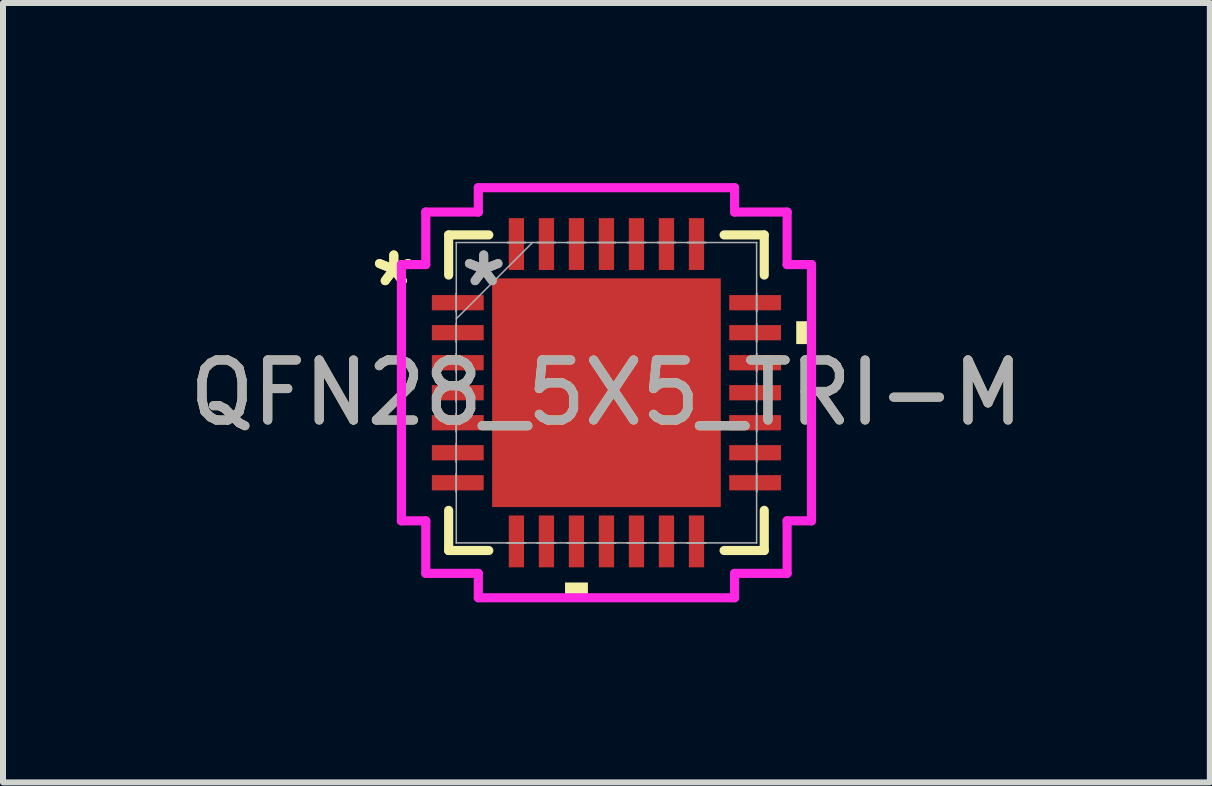
<source format=kicad_pcb>
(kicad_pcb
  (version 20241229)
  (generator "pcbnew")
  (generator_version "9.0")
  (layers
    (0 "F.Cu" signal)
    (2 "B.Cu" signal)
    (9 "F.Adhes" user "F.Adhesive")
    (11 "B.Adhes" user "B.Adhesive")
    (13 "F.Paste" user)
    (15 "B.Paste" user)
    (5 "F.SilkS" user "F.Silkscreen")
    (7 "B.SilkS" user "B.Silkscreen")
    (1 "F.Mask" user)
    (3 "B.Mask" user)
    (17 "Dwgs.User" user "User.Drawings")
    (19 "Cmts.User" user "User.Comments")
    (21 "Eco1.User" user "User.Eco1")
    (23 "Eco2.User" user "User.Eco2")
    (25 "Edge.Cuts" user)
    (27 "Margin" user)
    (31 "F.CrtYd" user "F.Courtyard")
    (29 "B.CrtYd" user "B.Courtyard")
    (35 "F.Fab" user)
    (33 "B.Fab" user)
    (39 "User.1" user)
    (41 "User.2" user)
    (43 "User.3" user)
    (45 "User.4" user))
  (footprint "QFN28_5X5_TRI-M"
    (layer "F.Cu")
    (at 7.054 3.493)
    (property "Reference" "QFN28_5X5_TRI-M" (at 0 0 0) (unlocked yes) (layer "F.SilkS") (effects (font (size 1 1) (thickness 0.15))))
    (attr smd)
    (fp_line (start -2.629 -2.629) (end -2.629 -1.96) (stroke (width 0.152) (type solid)) (layer "F.SilkS"))
    (fp_line (start -2.629 1.96) (end -2.629 2.629) (stroke (width 0.152) (type solid)) (layer "F.SilkS"))
    (fp_line (start -2.629 2.629) (end -1.96 2.629) (stroke (width 0.152) (type solid)) (layer "F.SilkS"))
    (fp_line (start -1.96 -2.629) (end -2.629 -2.629) (stroke (width 0.152) (type solid)) (layer "F.SilkS"))
    (fp_line (start 1.96 2.629) (end 2.629 2.629) (stroke (width 0.152) (type solid)) (layer "F.SilkS"))
    (fp_line (start 2.629 -2.629) (end 1.96 -2.629) (stroke (width 0.152) (type solid)) (layer "F.SilkS"))
    (fp_line (start 2.629 -1.96) (end 2.629 -2.629) (stroke (width 0.152) (type solid)) (layer "F.SilkS"))
    (fp_line (start 2.629 2.629) (end 2.629 1.96) (stroke (width 0.152) (type solid)) (layer "F.SilkS"))
    (fp_poly (pts (xy -0.69 3.162) (xy -0.69 3.416) (xy -0.309 3.416) (xy -0.309 3.162)) (stroke (width 0) (type solid)) (fill yes) (layer "F.SilkS"))
    (fp_poly (pts (xy 3.416 -1.191) (xy 3.416 -0.81) (xy 3.162 -0.81) (xy 3.162 -1.191)) (stroke (width 0) (type solid)) (fill yes) (layer "F.SilkS"))
    (fp_poly (pts (xy -1.805 -1.805) (xy -1.805 -0.735) (xy -0.735 -0.735) (xy -0.735 -1.805)) (stroke (width 0) (type solid)) (fill yes) (layer "F.Paste"))
    (fp_poly (pts (xy -1.805 -0.535) (xy -1.805 0.535) (xy -0.735 0.535) (xy -0.735 -0.535)) (stroke (width 0) (type solid)) (fill yes) (layer "F.Paste"))
    (fp_poly (pts (xy -1.805 0.735) (xy -1.805 1.805) (xy -0.735 1.805) (xy -0.735 0.735)) (stroke (width 0) (type solid)) (fill yes) (layer "F.Paste"))
    (fp_poly (pts (xy -0.535 -1.805) (xy -0.535 -0.735) (xy 0.535 -0.735) (xy 0.535 -1.805)) (stroke (width 0) (type solid)) (fill yes) (layer "F.Paste"))
    (fp_poly (pts (xy -0.535 -0.535) (xy -0.535 0.535) (xy 0.535 0.535) (xy 0.535 -0.535)) (stroke (width 0) (type solid)) (fill yes) (layer "F.Paste"))
    (fp_poly (pts (xy -0.535 0.735) (xy -0.535 1.805) (xy 0.535 1.805) (xy 0.535 0.735)) (stroke (width 0) (type solid)) (fill yes) (layer "F.Paste"))
    (fp_poly (pts (xy 0.735 -1.805) (xy 0.735 -0.735) (xy 1.805 -0.735) (xy 1.805 -1.805)) (stroke (width 0) (type solid)) (fill yes) (layer "F.Paste"))
    (fp_poly (pts (xy 0.735 -0.535) (xy 0.735 0.535) (xy 1.805 0.535) (xy 1.805 -0.535)) (stroke (width 0) (type solid)) (fill yes) (layer "F.Paste"))
    (fp_poly (pts (xy 0.735 0.735) (xy 0.735 1.805) (xy 1.805 1.805) (xy 1.805 0.735)) (stroke (width 0) (type solid)) (fill yes) (layer "F.Paste"))
    (fp_line (start -3.416 -2.135) (end -3.01 -2.135) (stroke (width 0.152) (type solid)) (layer "F.CrtYd"))
    (fp_line (start -3.416 2.135) (end -3.416 -2.135) (stroke (width 0.152) (type solid)) (layer "F.CrtYd"))
    (fp_line (start -3.01 -3.01) (end -2.135 -3.01) (stroke (width 0.152) (type solid)) (layer "F.CrtYd"))
    (fp_line (start -3.01 -2.135) (end -3.01 -3.01) (stroke (width 0.152) (type solid)) (layer "F.CrtYd"))
    (fp_line (start -3.01 2.135) (end -3.416 2.135) (stroke (width 0.152) (type solid)) (layer "F.CrtYd"))
    (fp_line (start -3.01 3.01) (end -3.01 2.135) (stroke (width 0.152) (type solid)) (layer "F.CrtYd"))
    (fp_line (start -2.135 -3.416) (end 2.135 -3.416) (stroke (width 0.152) (type solid)) (layer "F.CrtYd"))
    (fp_line (start -2.135 -3.01) (end -2.135 -3.416) (stroke (width 0.152) (type solid)) (layer "F.CrtYd"))
    (fp_line (start -2.135 3.01) (end -3.01 3.01) (stroke (width 0.152) (type solid)) (layer "F.CrtYd"))
    (fp_line (start -2.135 3.416) (end -2.135 3.01) (stroke (width 0.152) (type solid)) (layer "F.CrtYd"))
    (fp_line (start 2.135 -3.416) (end 2.135 -3.01) (stroke (width 0.152) (type solid)) (layer "F.CrtYd"))
    (fp_line (start 2.135 -3.01) (end 3.01 -3.01) (stroke (width 0.152) (type solid)) (layer "F.CrtYd"))
    (fp_line (start 2.135 3.01) (end 2.135 3.416) (stroke (width 0.152) (type solid)) (layer "F.CrtYd"))
    (fp_line (start 2.135 3.416) (end -2.135 3.416) (stroke (width 0.152) (type solid)) (layer "F.CrtYd"))
    (fp_line (start 3.01 -3.01) (end 3.01 -2.135) (stroke (width 0.152) (type solid)) (layer "F.CrtYd"))
    (fp_line (start 3.01 -2.135) (end 3.416 -2.135) (stroke (width 0.152) (type solid)) (layer "F.CrtYd"))
    (fp_line (start 3.01 2.135) (end 3.01 3.01) (stroke (width 0.152) (type solid)) (layer "F.CrtYd"))
    (fp_line (start 3.01 3.01) (end 2.135 3.01) (stroke (width 0.152) (type solid)) (layer "F.CrtYd"))
    (fp_line (start 3.416 -2.135) (end 3.416 2.135) (stroke (width 0.152) (type solid)) (layer "F.CrtYd"))
    (fp_line (start 3.416 2.135) (end 3.01 2.135) (stroke (width 0.152) (type solid)) (layer "F.CrtYd"))
    (fp_line (start -2.502 -2.502) (end -2.502 -2.502) (stroke (width 0.025) (type solid)) (layer "F.Fab"))
    (fp_line (start -2.502 -2.502) (end -2.502 2.502) (stroke (width 0.025) (type solid)) (layer "F.Fab"))
    (fp_line (start -2.502 -1.652) (end -2.502 -1.652) (stroke (width 0.025) (type solid)) (layer "F.Fab"))
    (fp_line (start -2.502 -1.652) (end -2.502 -1.348) (stroke (width 0.025) (type solid)) (layer "F.Fab"))
    (fp_line (start -2.502 -1.348) (end -2.502 -1.652) (stroke (width 0.025) (type solid)) (layer "F.Fab"))
    (fp_line (start -2.502 -1.348) (end -2.502 -1.348) (stroke (width 0.025) (type solid)) (layer "F.Fab"))
    (fp_line (start -2.502 -1.232) (end -1.232 -2.502) (stroke (width 0.025) (type solid)) (layer "F.Fab"))
    (fp_line (start -2.502 -1.152) (end -2.502 -1.152) (stroke (width 0.025) (type solid)) (layer "F.Fab"))
    (fp_line (start -2.502 -1.152) (end -2.502 -0.848) (stroke (width 0.025) (type solid)) (layer "F.Fab"))
    (fp_line (start -2.502 -0.848) (end -2.502 -1.152) (stroke (width 0.025) (type solid)) (layer "F.Fab"))
    (fp_line (start -2.502 -0.848) (end -2.502 -0.848) (stroke (width 0.025) (type solid)) (layer "F.Fab"))
    (fp_line (start -2.502 -0.652) (end -2.502 -0.652) (stroke (width 0.025) (type solid)) (layer "F.Fab"))
    (fp_line (start -2.502 -0.652) (end -2.502 -0.348) (stroke (width 0.025) (type solid)) (layer "F.Fab"))
    (fp_line (start -2.502 -0.348) (end -2.502 -0.652) (stroke (width 0.025) (type solid)) (layer "F.Fab"))
    (fp_line (start -2.502 -0.348) (end -2.502 -0.348) (stroke (width 0.025) (type solid)) (layer "F.Fab"))
    (fp_line (start -2.502 -0.152) (end -2.502 -0.152) (stroke (width 0.025) (type solid)) (layer "F.Fab"))
    (fp_line (start -2.502 -0.152) (end -2.502 0.152) (stroke (width 0.025) (type solid)) (layer "F.Fab"))
    (fp_line (start -2.502 0.152) (end -2.502 -0.152) (stroke (width 0.025) (type solid)) (layer "F.Fab"))
    (fp_line (start -2.502 0.152) (end -2.502 0.152) (stroke (width 0.025) (type solid)) (layer "F.Fab"))
    (fp_line (start -2.502 0.348) (end -2.502 0.348) (stroke (width 0.025) (type solid)) (layer "F.Fab"))
    (fp_line (start -2.502 0.348) (end -2.502 0.652) (stroke (width 0.025) (type solid)) (layer "F.Fab"))
    (fp_line (start -2.502 0.652) (end -2.502 0.348) (stroke (width 0.025) (type solid)) (layer "F.Fab"))
    (fp_line (start -2.502 0.652) (end -2.502 0.652) (stroke (width 0.025) (type solid)) (layer "F.Fab"))
    (fp_line (start -2.502 0.848) (end -2.502 0.848) (stroke (width 0.025) (type solid)) (layer "F.Fab"))
    (fp_line (start -2.502 0.848) (end -2.502 1.152) (stroke (width 0.025) (type solid)) (layer "F.Fab"))
    (fp_line (start -2.502 1.152) (end -2.502 0.848) (stroke (width 0.025) (type solid)) (layer "F.Fab"))
    (fp_line (start -2.502 1.152) (end -2.502 1.152) (stroke (width 0.025) (type solid)) (layer "F.Fab"))
    (fp_line (start -2.502 1.348) (end -2.502 1.348) (stroke (width 0.025) (type solid)) (layer "F.Fab"))
    (fp_line (start -2.502 1.348) (end -2.502 1.652) (stroke (width 0.025) (type solid)) (layer "F.Fab"))
    (fp_line (start -2.502 1.652) (end -2.502 1.348) (stroke (width 0.025) (type solid)) (layer "F.Fab"))
    (fp_line (start -2.502 1.652) (end -2.502 1.652) (stroke (width 0.025) (type solid)) (layer "F.Fab"))
    (fp_line (start -2.502 2.502) (end -2.502 2.502) (stroke (width 0.025) (type solid)) (layer "F.Fab"))
    (fp_line (start -2.502 2.502) (end 2.502 2.502) (stroke (width 0.025) (type solid)) (layer "F.Fab"))
    (fp_line (start -1.652 -2.502) (end -1.652 -2.502) (stroke (width 0.025) (type solid)) (layer "F.Fab"))
    (fp_line (start -1.652 -2.502) (end -1.348 -2.502) (stroke (width 0.025) (type solid)) (layer "F.Fab"))
    (fp_line (start -1.652 2.502) (end -1.652 2.502) (stroke (width 0.025) (type solid)) (layer "F.Fab"))
    (fp_line (start -1.652 2.502) (end -1.348 2.502) (stroke (width 0.025) (type solid)) (layer "F.Fab"))
    (fp_line (start -1.348 -2.502) (end -1.652 -2.502) (stroke (width 0.025) (type solid)) (layer "F.Fab"))
    (fp_line (start -1.348 -2.502) (end -1.348 -2.502) (stroke (width 0.025) (type solid)) (layer "F.Fab"))
    (fp_line (start -1.348 2.502) (end -1.652 2.502) (stroke (width 0.025) (type solid)) (layer "F.Fab"))
    (fp_line (start -1.348 2.502) (end -1.348 2.502) (stroke (width 0.025) (type solid)) (layer "F.Fab"))
    (fp_line (start -1.152 -2.502) (end -1.152 -2.502) (stroke (width 0.025) (type solid)) (layer "F.Fab"))
    (fp_line (start -1.152 -2.502) (end -0.848 -2.502) (stroke (width 0.025) (type solid)) (layer "F.Fab"))
    (fp_line (start -1.152 2.502) (end -1.152 2.502) (stroke (width 0.025) (type solid)) (layer "F.Fab"))
    (fp_line (start -1.152 2.502) (end -0.848 2.502) (stroke (width 0.025) (type solid)) (layer "F.Fab"))
    (fp_line (start -0.848 -2.502) (end -1.152 -2.502) (stroke (width 0.025) (type solid)) (layer "F.Fab"))
    (fp_line (start -0.848 -2.502) (end -0.848 -2.502) (stroke (width 0.025) (type solid)) (layer "F.Fab"))
    (fp_line (start -0.848 2.502) (end -1.152 2.502) (stroke (width 0.025) (type solid)) (layer "F.Fab"))
    (fp_line (start -0.848 2.502) (end -0.848 2.502) (stroke (width 0.025) (type solid)) (layer "F.Fab"))
    (fp_line (start -0.652 -2.502) (end -0.652 -2.502) (stroke (width 0.025) (type solid)) (layer "F.Fab"))
    (fp_line (start -0.652 -2.502) (end -0.348 -2.502) (stroke (width 0.025) (type solid)) (layer "F.Fab"))
    (fp_line (start -0.652 2.502) (end -0.652 2.502) (stroke (width 0.025) (type solid)) (layer "F.Fab"))
    (fp_line (start -0.652 2.502) (end -0.348 2.502) (stroke (width 0.025) (type solid)) (layer "F.Fab"))
    (fp_line (start -0.348 -2.502) (end -0.652 -2.502) (stroke (width 0.025) (type solid)) (layer "F.Fab"))
    (fp_line (start -0.348 -2.502) (end -0.348 -2.502) (stroke (width 0.025) (type solid)) (layer "F.Fab"))
    (fp_line (start -0.348 2.502) (end -0.652 2.502) (stroke (width 0.025) (type solid)) (layer "F.Fab"))
    (fp_line (start -0.348 2.502) (end -0.348 2.502) (stroke (width 0.025) (type solid)) (layer "F.Fab"))
    (fp_line (start -0.152 -2.502) (end -0.152 -2.502) (stroke (width 0.025) (type solid)) (layer "F.Fab"))
    (fp_line (start -0.152 -2.502) (end 0.152 -2.502) (stroke (width 0.025) (type solid)) (layer "F.Fab"))
    (fp_line (start -0.152 2.502) (end -0.152 2.502) (stroke (width 0.025) (type solid)) (layer "F.Fab"))
    (fp_line (start -0.152 2.502) (end 0.152 2.502) (stroke (width 0.025) (type solid)) (layer "F.Fab"))
    (fp_line (start 0.152 -2.502) (end -0.152 -2.502) (stroke (width 0.025) (type solid)) (layer "F.Fab"))
    (fp_line (start 0.152 -2.502) (end 0.152 -2.502) (stroke (width 0.025) (type solid)) (layer "F.Fab"))
    (fp_line (start 0.152 2.502) (end -0.152 2.502) (stroke (width 0.025) (type solid)) (layer "F.Fab"))
    (fp_line (start 0.152 2.502) (end 0.152 2.502) (stroke (width 0.025) (type solid)) (layer "F.Fab"))
    (fp_line (start 0.348 -2.502) (end 0.348 -2.502) (stroke (width 0.025) (type solid)) (layer "F.Fab"))
    (fp_line (start 0.348 -2.502) (end 0.652 -2.502) (stroke (width 0.025) (type solid)) (layer "F.Fab"))
    (fp_line (start 0.348 2.502) (end 0.348 2.502) (stroke (width 0.025) (type solid)) (layer "F.Fab"))
    (fp_line (start 0.348 2.502) (end 0.652 2.502) (stroke (width 0.025) (type solid)) (layer "F.Fab"))
    (fp_line (start 0.652 -2.502) (end 0.348 -2.502) (stroke (width 0.025) (type solid)) (layer "F.Fab"))
    (fp_line (start 0.652 -2.502) (end 0.652 -2.502) (stroke (width 0.025) (type solid)) (layer "F.Fab"))
    (fp_line (start 0.652 2.502) (end 0.348 2.502) (stroke (width 0.025) (type solid)) (layer "F.Fab"))
    (fp_line (start 0.652 2.502) (end 0.652 2.502) (stroke (width 0.025) (type solid)) (layer "F.Fab"))
    (fp_line (start 0.848 -2.502) (end 0.848 -2.502) (stroke (width 0.025) (type solid)) (layer "F.Fab"))
    (fp_line (start 0.848 -2.502) (end 1.152 -2.502) (stroke (width 0.025) (type solid)) (layer "F.Fab"))
    (fp_line (start 0.848 2.502) (end 0.848 2.502) (stroke (width 0.025) (type solid)) (layer "F.Fab"))
    (fp_line (start 0.848 2.502) (end 1.152 2.502) (stroke (width 0.025) (type solid)) (layer "F.Fab"))
    (fp_line (start 1.152 -2.502) (end 0.848 -2.502) (stroke (width 0.025) (type solid)) (layer "F.Fab"))
    (fp_line (start 1.152 -2.502) (end 1.152 -2.502) (stroke (width 0.025) (type solid)) (layer "F.Fab"))
    (fp_line (start 1.152 2.502) (end 0.848 2.502) (stroke (width 0.025) (type solid)) (layer "F.Fab"))
    (fp_line (start 1.152 2.502) (end 1.152 2.502) (stroke (width 0.025) (type solid)) (layer "F.Fab"))
    (fp_line (start 1.348 -2.502) (end 1.348 -2.502) (stroke (width 0.025) (type solid)) (layer "F.Fab"))
    (fp_line (start 1.348 -2.502) (end 1.652 -2.502) (stroke (width 0.025) (type solid)) (layer "F.Fab"))
    (fp_line (start 1.348 2.502) (end 1.348 2.502) (stroke (width 0.025) (type solid)) (layer "F.Fab"))
    (fp_line (start 1.348 2.502) (end 1.652 2.502) (stroke (width 0.025) (type solid)) (layer "F.Fab"))
    (fp_line (start 1.652 -2.502) (end 1.348 -2.502) (stroke (width 0.025) (type solid)) (layer "F.Fab"))
    (fp_line (start 1.652 -2.502) (end 1.652 -2.502) (stroke (width 0.025) (type solid)) (layer "F.Fab"))
    (fp_line (start 1.652 2.502) (end 1.348 2.502) (stroke (width 0.025) (type solid)) (layer "F.Fab"))
    (fp_line (start 1.652 2.502) (end 1.652 2.502) (stroke (width 0.025) (type solid)) (layer "F.Fab"))
    (fp_line (start 2.502 -2.502) (end -2.502 -2.502) (stroke (width 0.025) (type solid)) (layer "F.Fab"))
    (fp_line (start 2.502 -2.502) (end 2.502 -2.502) (stroke (width 0.025) (type solid)) (layer "F.Fab"))
    (fp_line (start 2.502 -1.652) (end 2.502 -1.652) (stroke (width 0.025) (type solid)) (layer "F.Fab"))
    (fp_line (start 2.502 -1.652) (end 2.502 -1.348) (stroke (width 0.025) (type solid)) (layer "F.Fab"))
    (fp_line (start 2.502 -1.348) (end 2.502 -1.652) (stroke (width 0.025) (type solid)) (layer "F.Fab"))
    (fp_line (start 2.502 -1.348) (end 2.502 -1.348) (stroke (width 0.025) (type solid)) (layer "F.Fab"))
    (fp_line (start 2.502 -1.152) (end 2.502 -1.152) (stroke (width 0.025) (type solid)) (layer "F.Fab"))
    (fp_line (start 2.502 -1.152) (end 2.502 -0.848) (stroke (width 0.025) (type solid)) (layer "F.Fab"))
    (fp_line (start 2.502 -0.848) (end 2.502 -1.152) (stroke (width 0.025) (type solid)) (layer "F.Fab"))
    (fp_line (start 2.502 -0.848) (end 2.502 -0.848) (stroke (width 0.025) (type solid)) (layer "F.Fab"))
    (fp_line (start 2.502 -0.652) (end 2.502 -0.652) (stroke (width 0.025) (type solid)) (layer "F.Fab"))
    (fp_line (start 2.502 -0.652) (end 2.502 -0.348) (stroke (width 0.025) (type solid)) (layer "F.Fab"))
    (fp_line (start 2.502 -0.348) (end 2.502 -0.652) (stroke (width 0.025) (type solid)) (layer "F.Fab"))
    (fp_line (start 2.502 -0.348) (end 2.502 -0.348) (stroke (width 0.025) (type solid)) (layer "F.Fab"))
    (fp_line (start 2.502 -0.152) (end 2.502 -0.152) (stroke (width 0.025) (type solid)) (layer "F.Fab"))
    (fp_line (start 2.502 -0.152) (end 2.502 0.152) (stroke (width 0.025) (type solid)) (layer "F.Fab"))
    (fp_line (start 2.502 0.152) (end 2.502 -0.152) (stroke (width 0.025) (type solid)) (layer "F.Fab"))
    (fp_line (start 2.502 0.152) (end 2.502 0.152) (stroke (width 0.025) (type solid)) (layer "F.Fab"))
    (fp_line (start 2.502 0.348) (end 2.502 0.348) (stroke (width 0.025) (type solid)) (layer "F.Fab"))
    (fp_line (start 2.502 0.348) (end 2.502 0.652) (stroke (width 0.025) (type solid)) (layer "F.Fab"))
    (fp_line (start 2.502 0.652) (end 2.502 0.348) (stroke (width 0.025) (type solid)) (layer "F.Fab"))
    (fp_line (start 2.502 0.652) (end 2.502 0.652) (stroke (width 0.025) (type solid)) (layer "F.Fab"))
    (fp_line (start 2.502 0.848) (end 2.502 0.848) (stroke (width 0.025) (type solid)) (layer "F.Fab"))
    (fp_line (start 2.502 0.848) (end 2.502 1.152) (stroke (width 0.025) (type solid)) (layer "F.Fab"))
    (fp_line (start 2.502 1.152) (end 2.502 0.848) (stroke (width 0.025) (type solid)) (layer "F.Fab"))
    (fp_line (start 2.502 1.152) (end 2.502 1.152) (stroke (width 0.025) (type solid)) (layer "F.Fab"))
    (fp_line (start 2.502 1.348) (end 2.502 1.348) (stroke (width 0.025) (type solid)) (layer "F.Fab"))
    (fp_line (start 2.502 1.348) (end 2.502 1.652) (stroke (width 0.025) (type solid)) (layer "F.Fab"))
    (fp_line (start 2.502 1.652) (end 2.502 1.348) (stroke (width 0.025) (type solid)) (layer "F.Fab"))
    (fp_line (start 2.502 1.652) (end 2.502 1.652) (stroke (width 0.025) (type solid)) (layer "F.Fab"))
    (fp_line (start 2.502 2.502) (end 2.502 -2.502) (stroke (width 0.025) (type solid)) (layer "F.Fab"))
    (fp_line (start 2.502 2.502) (end 2.502 2.502) (stroke (width 0.025) (type solid)) (layer "F.Fab"))
    (fp_text user "*" (at -3.543 -1.75 0) (layer "F.SilkS") (effects (font (size 1 1) (thickness 0.15))))
    (fp_text user "*" (at -3.543 -1.75 0) (unlocked yes) (layer "F.SilkS") (effects (font (size 1 1) (thickness 0.15))))
    (fp_text user "${REFERENCE}" (at 0 0 0) (unlocked yes) (layer "F.Fab") (effects (font (size 1 1) (thickness 0.15))))
    (fp_text user "*" (at -2.045 -1.75 0) (unlocked yes) (layer "F.Fab") (effects (font (size 1 1) (thickness 0.15))))
    (fp_text user "*" (at -2.045 -1.75 0) (layer "F.Fab") (effects (font (size 1 1) (thickness 0.15))))
    (pad "1" smd rect (at -2.477 -1.5 90) (size 0.254 0.864) (layers "F.Cu" "F.Mask" "F.Paste"))
    (pad "2" smd rect (at -2.477 -1 90) (size 0.254 0.864) (layers "F.Cu" "F.Mask" "F.Paste"))
    (pad "3" smd rect (at -2.477 -0.5 90) (size 0.254 0.864) (layers "F.Cu" "F.Mask" "F.Paste"))
    (pad "4" smd rect (at -2.477 0 90) (size 0.254 0.864) (layers "F.Cu" "F.Mask" "F.Paste"))
    (pad "5" smd rect (at -2.477 0.5 90) (size 0.254 0.864) (layers "F.Cu" "F.Mask" "F.Paste"))
    (pad "6" smd rect (at -2.477 1 90) (size 0.254 0.864) (layers "F.Cu" "F.Mask" "F.Paste"))
    (pad "7" smd rect (at -2.477 1.5 90) (size 0.254 0.864) (layers "F.Cu" "F.Mask" "F.Paste"))
    (pad "8" smd rect (at -1.5 2.477) (size 0.254 0.864) (layers "F.Cu" "F.Mask" "F.Paste"))
    (pad "9" smd rect (at -1 2.477) (size 0.254 0.864) (layers "F.Cu" "F.Mask" "F.Paste"))
    (pad "10" smd rect (at -0.5 2.477) (size 0.254 0.864) (layers "F.Cu" "F.Mask" "F.Paste"))
    (pad "11" smd rect (at 0 2.477) (size 0.254 0.864) (layers "F.Cu" "F.Mask" "F.Paste"))
    (pad "12" smd rect (at 0.5 2.477) (size 0.254 0.864) (layers "F.Cu" "F.Mask" "F.Paste"))
    (pad "13" smd rect (at 1 2.477) (size 0.254 0.864) (layers "F.Cu" "F.Mask" "F.Paste"))
    (pad "14" smd rect (at 1.5 2.477) (size 0.254 0.864) (layers "F.Cu" "F.Mask" "F.Paste"))
    (pad "15" smd rect (at 2.477 1.5 90) (size 0.254 0.864) (layers "F.Cu" "F.Mask" "F.Paste"))
    (pad "16" smd rect (at 2.477 1 90) (size 0.254 0.864) (layers "F.Cu" "F.Mask" "F.Paste"))
    (pad "17" smd rect (at 2.477 0.5 90) (size 0.254 0.864) (layers "F.Cu" "F.Mask" "F.Paste"))
    (pad "18" smd rect (at 2.477 0 90) (size 0.254 0.864) (layers "F.Cu" "F.Mask" "F.Paste"))
    (pad "19" smd rect (at 2.477 -0.5 90) (size 0.254 0.864) (layers "F.Cu" "F.Mask" "F.Paste"))
    (pad "20" smd rect (at 2.477 -1 90) (size 0.254 0.864) (layers "F.Cu" "F.Mask" "F.Paste"))
    (pad "21" smd rect (at 2.477 -1.5 90) (size 0.254 0.864) (layers "F.Cu" "F.Mask" "F.Paste"))
    (pad "22" smd rect (at 1.5 -2.477) (size 0.254 0.864) (layers "F.Cu" "F.Mask" "F.Paste"))
    (pad "23" smd rect (at 1 -2.477) (size 0.254 0.864) (layers "F.Cu" "F.Mask" "F.Paste"))
    (pad "24" smd rect (at 0.5 -2.477) (size 0.254 0.864) (layers "F.Cu" "F.Mask" "F.Paste"))
    (pad "25" smd rect (at 0 -2.477) (size 0.254 0.864) (layers "F.Cu" "F.Mask" "F.Paste"))
    (pad "26" smd rect (at -0.5 -2.477) (size 0.254 0.864) (layers "F.Cu" "F.Mask" "F.Paste"))
    (pad "27" smd rect (at -1 -2.477) (size 0.254 0.864) (layers "F.Cu" "F.Mask" "F.Paste"))
    (pad "28" smd rect (at -1.5 -2.477) (size 0.254 0.864) (layers "F.Cu" "F.Mask" "F.Paste"))
    (pad "29" smd rect (at 0 0) (size 3.81 3.81) (layers "F.Cu" "F.Mask" "F.Paste")))
  (gr_rect
    (start -3 -3)
    (end 17.107 9.985)
    (stroke (width 0.1) (type default))
    (fill no)
    (layer "Edge.Cuts")))
</source>
